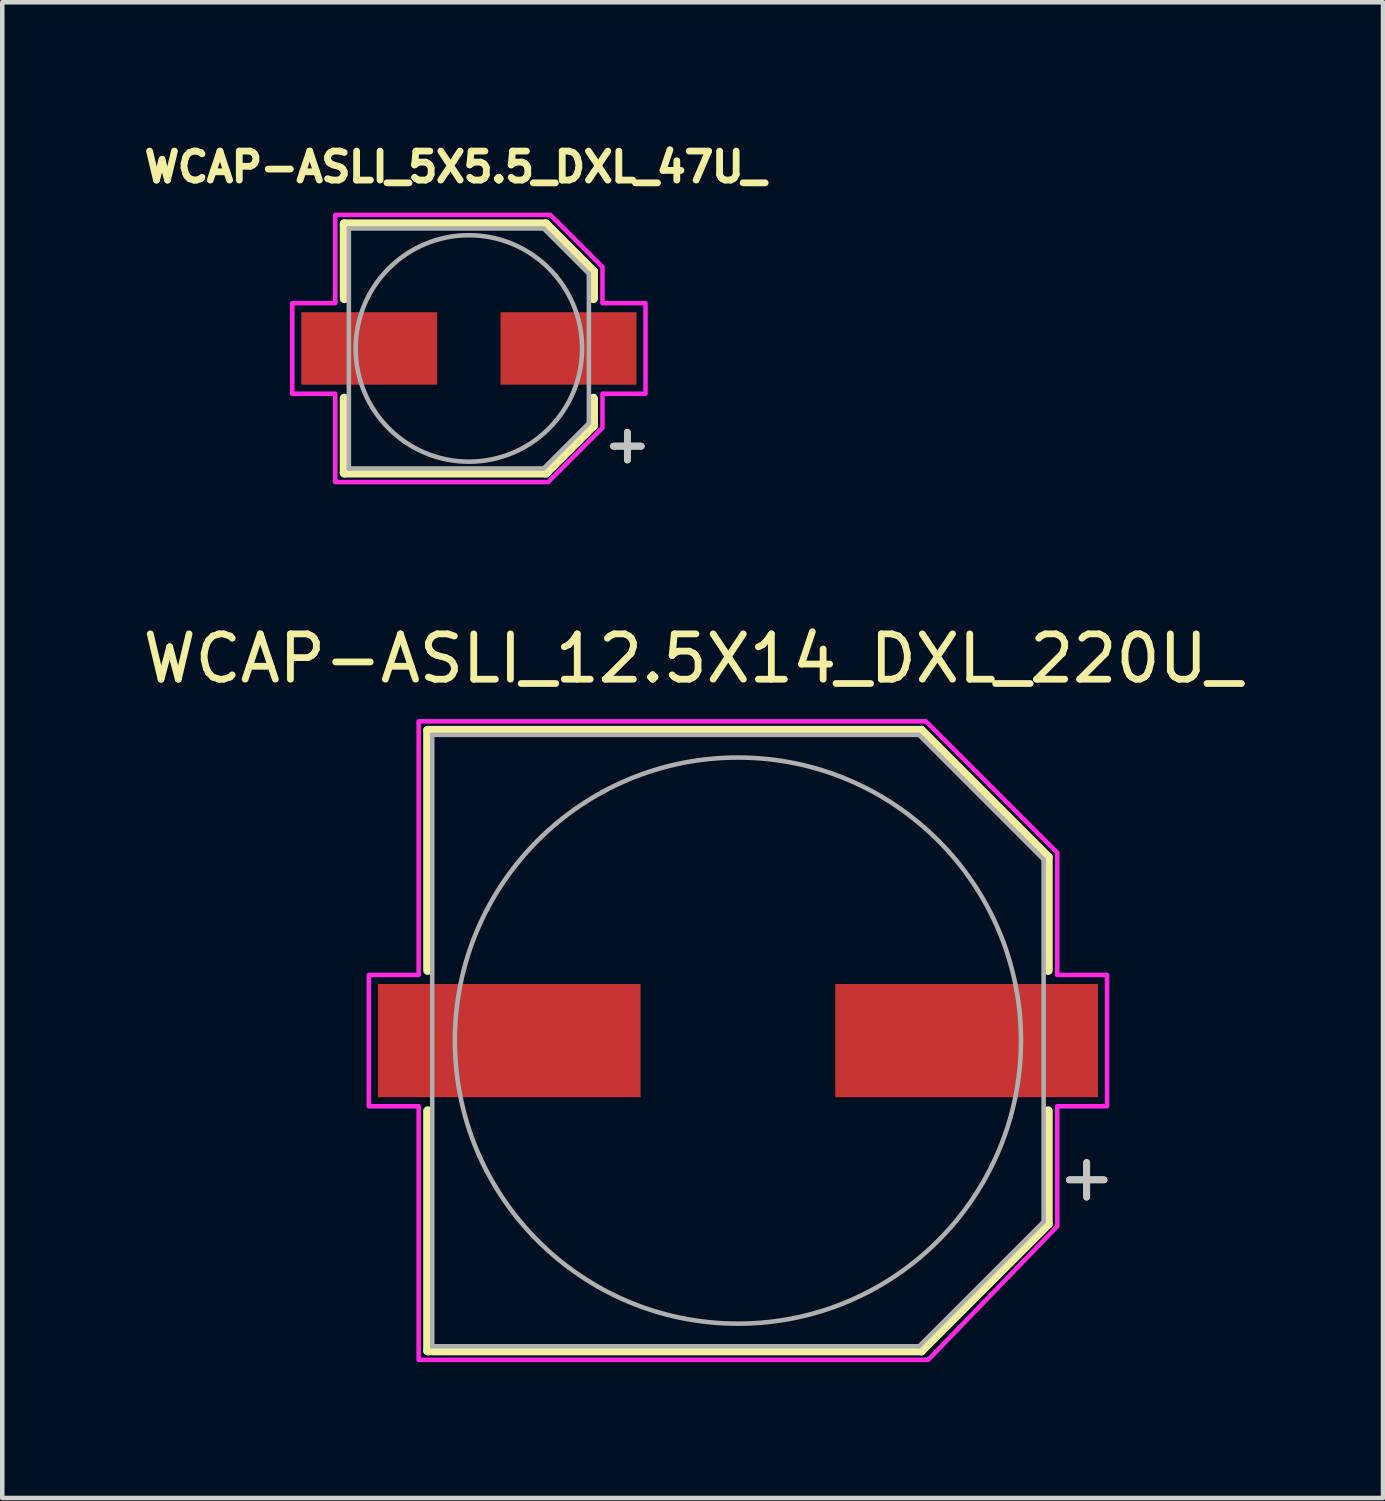
<source format=kicad_pcb>
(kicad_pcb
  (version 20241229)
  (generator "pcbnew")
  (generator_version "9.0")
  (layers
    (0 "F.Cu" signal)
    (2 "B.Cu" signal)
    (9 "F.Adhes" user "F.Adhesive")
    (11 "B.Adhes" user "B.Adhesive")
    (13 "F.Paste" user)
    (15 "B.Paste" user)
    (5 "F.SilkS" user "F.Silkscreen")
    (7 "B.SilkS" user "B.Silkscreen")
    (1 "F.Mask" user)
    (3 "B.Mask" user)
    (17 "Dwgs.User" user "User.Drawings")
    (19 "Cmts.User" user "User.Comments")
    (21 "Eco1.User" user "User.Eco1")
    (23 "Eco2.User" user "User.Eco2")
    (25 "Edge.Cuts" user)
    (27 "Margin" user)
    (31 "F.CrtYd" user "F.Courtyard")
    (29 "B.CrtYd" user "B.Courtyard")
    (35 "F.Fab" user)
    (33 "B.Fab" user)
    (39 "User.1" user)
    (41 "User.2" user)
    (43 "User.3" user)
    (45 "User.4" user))
  (footprint "WCAP-ASLI_12.5X14_DXL_220U_"
    (layer "F.Cu")
    (at 13.244 19.927)
    (property "Reference" "WCAP-ASLI_12.5X14_DXL_220U_" (at -1 -8.435 0) (layer "F.SilkS") (effects (font (size 1 1) (thickness 0.15))))
    (attr smd)
    (fp_line (start -6.85 -6.85) (end -6.85 -1.55) (stroke (width 0.2) (type solid)) (layer "F.SilkS"))
    (fp_line (start -6.85 -6.85) (end 4.05 -6.85) (stroke (width 0.2) (type solid)) (layer "F.SilkS"))
    (fp_line (start -6.85 6.85) (end -6.85 1.55) (stroke (width 0.2) (type solid)) (layer "F.SilkS"))
    (fp_line (start -6.85 6.85) (end 4.05 6.85) (stroke (width 0.2) (type solid)) (layer "F.SilkS"))
    (fp_line (start 4.05 -6.85) (end 6.85 -4.05) (stroke (width 0.2) (type solid)) (layer "F.SilkS"))
    (fp_line (start 4.05 6.85) (end 6.85 4.05) (stroke (width 0.2) (type solid)) (layer "F.SilkS"))
    (fp_line (start 6.85 -4.05) (end 6.85 -1.55) (stroke (width 0.2) (type solid)) (layer "F.SilkS"))
    (fp_line (start 6.85 4.05) (end 6.85 1.55) (stroke (width 0.2) (type solid)) (layer "F.SilkS"))
    (fp_poly (pts (xy 4.15 -7.05) (xy -7.05 -7.05) (xy -7.05 -1.45) (xy -8.15 -1.45) (xy -8.15 1.45) (xy -7.05 1.45) (xy -7.05 7.05) (xy 4.2 7.05) (xy 7.05 4.1) (xy 7.05 1.45) (xy 8.15 1.45) (xy 8.15 -1.45) (xy 7.05 -1.45) (xy 7.05 -4.15)) (stroke (width 0.1) (type solid)) (fill no) (layer "F.CrtYd"))
    (fp_line (start -6.75 -6.75) (end -6.75 6.75) (stroke (width 0.1) (type solid)) (layer "F.Fab"))
    (fp_line (start -6.75 6.75) (end 4 6.75) (stroke (width 0.1) (type solid)) (layer "F.Fab"))
    (fp_line (start 4 -6.75) (end -6.75 -6.75) (stroke (width 0.1) (type solid)) (layer "F.Fab"))
    (fp_line (start 4 6.75) (end 6.75 4) (stroke (width 0.1) (type solid)) (layer "F.Fab"))
    (fp_line (start 6.75 -4) (end 4 -6.75) (stroke (width 0.1) (type solid)) (layer "F.Fab"))
    (fp_line (start 6.75 4) (end 6.75 -4) (stroke (width 0.1) (type solid)) (layer "F.Fab"))
    (fp_circle (center 0 0) (end 6.25 0) (stroke (width 0.1) (type solid)) (fill no) (layer "F.Fab"))
    (fp_text user "+" (at 7.7 3 0) (layer "F.SilkS") (effects (font (size 1 1) (thickness 0.15))))
    (fp_text user "+" (at 7.7 3 0) (layer "Dwgs.User") (effects (font (size 1 1) (thickness 0.15))))
    (pad "1" smd rect (at 5.05 0) (size 5.8 2.5) (layers "F.Cu" "F.Mask" "F.Paste"))
    (pad "2" smd rect (at -5.05 0) (size 5.8 2.5) (layers "F.Cu" "F.Mask" "F.Paste")))
  (footprint "WCAP-ASLI_5X5.5_DXL_47U_"
    (layer "F.Cu")
    (at 7.303 4.644)
    (property "Reference" "WCAP-ASLI_5X5.5_DXL_47U_" (at -0.3 -4.006 0) (layer "F.SilkS") (effects (font (size 0.64 0.64) (thickness 0.15))))
    (attr smd)
    (fp_line (start -2.75 -2.75) (end -2.75 -1.1) (stroke (width 0.2) (type solid)) (layer "F.SilkS"))
    (fp_line (start -2.75 -2.75) (end 1.7 -2.75) (stroke (width 0.2) (type solid)) (layer "F.SilkS"))
    (fp_line (start -2.75 2.75) (end -2.75 1.1) (stroke (width 0.2) (type solid)) (layer "F.SilkS"))
    (fp_line (start -2.75 2.75) (end 1.7 2.75) (stroke (width 0.2) (type solid)) (layer "F.SilkS"))
    (fp_line (start 1.7 -2.75) (end 2.75 -1.7) (stroke (width 0.2) (type solid)) (layer "F.SilkS"))
    (fp_line (start 1.7 2.75) (end 2.75 1.7) (stroke (width 0.2) (type solid)) (layer "F.SilkS"))
    (fp_line (start 2.75 -1.7) (end 2.75 -1.1) (stroke (width 0.2) (type solid)) (layer "F.SilkS"))
    (fp_line (start 2.75 1.7) (end 2.75 1.1) (stroke (width 0.2) (type solid)) (layer "F.SilkS"))
    (fp_poly (pts (xy -2.95 -2.95) (xy -2.95 -1) (xy -3.9 -1) (xy -3.9 1) (xy -2.95 1) (xy -2.95 2.95) (xy 1.75 2.95) (xy 2.95 1.75) (xy 2.95 1) (xy 3.9 1) (xy 3.9 -1) (xy 2.95 -1) (xy 2.95 -1.8) (xy 1.8 -2.95)) (stroke (width 0.1) (type solid)) (fill no) (layer "F.CrtYd"))
    (fp_line (start -2.65 -2.65) (end -2.65 2.65) (stroke (width 0.1) (type solid)) (layer "F.Fab"))
    (fp_line (start -2.65 2.65) (end 1.65 2.65) (stroke (width 0.1) (type solid)) (layer "F.Fab"))
    (fp_line (start 1.65 -2.65) (end -2.65 -2.65) (stroke (width 0.1) (type solid)) (layer "F.Fab"))
    (fp_line (start 1.65 2.65) (end 2.65 1.65) (stroke (width 0.1) (type solid)) (layer "F.Fab"))
    (fp_line (start 2.65 -1.65) (end 1.65 -2.65) (stroke (width 0.1) (type solid)) (layer "F.Fab"))
    (fp_line (start 2.65 1.65) (end 2.65 -1.65) (stroke (width 0.1) (type solid)) (layer "F.Fab"))
    (fp_circle (center 0 0) (end 2.5 0) (stroke (width 0.1) (type solid)) (fill no) (layer "F.Fab"))
    (fp_text user "+" (at 3.5 2.1 0) (layer "F.SilkS") (effects (font (size 0.8 0.8) (thickness 0.15))))
    (fp_text user "+" (at 3.5 2.1 0) (layer "Dwgs.User") (effects (font (size 0.8 0.8) (thickness 0.15))))
    (pad "1" smd rect (at 2.2 0) (size 3 1.6) (layers "F.Cu" "F.Mask" "F.Paste"))
    (pad "2" smd rect (at -2.2 0) (size 3 1.6) (layers "F.Cu" "F.Mask" "F.Paste")))
  (gr_rect
    (start -3 -3)
    (end 27.488 30.027)
    (stroke (width 0.1) (type default))
    (fill no)
    (layer "Edge.Cuts")))
</source>
